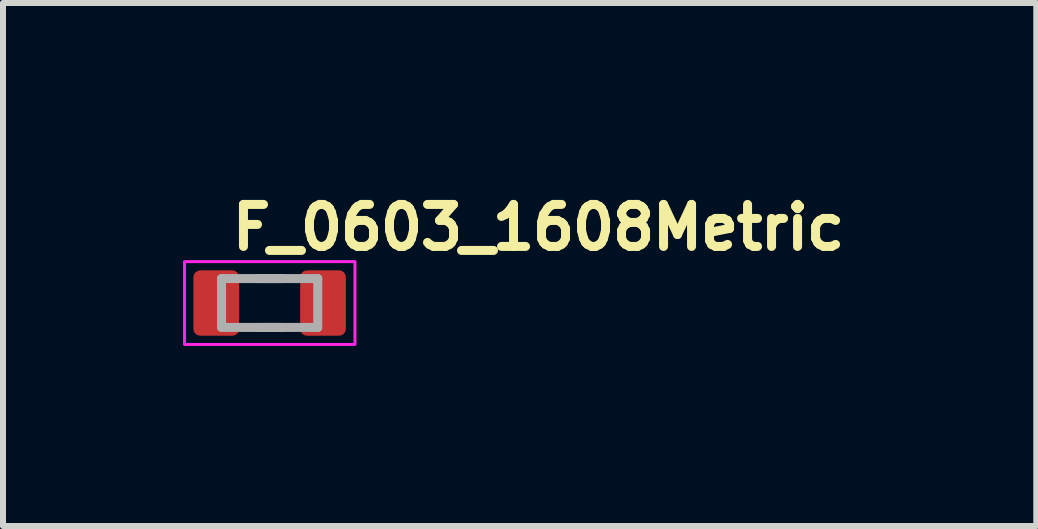
<source format=kicad_pcb>
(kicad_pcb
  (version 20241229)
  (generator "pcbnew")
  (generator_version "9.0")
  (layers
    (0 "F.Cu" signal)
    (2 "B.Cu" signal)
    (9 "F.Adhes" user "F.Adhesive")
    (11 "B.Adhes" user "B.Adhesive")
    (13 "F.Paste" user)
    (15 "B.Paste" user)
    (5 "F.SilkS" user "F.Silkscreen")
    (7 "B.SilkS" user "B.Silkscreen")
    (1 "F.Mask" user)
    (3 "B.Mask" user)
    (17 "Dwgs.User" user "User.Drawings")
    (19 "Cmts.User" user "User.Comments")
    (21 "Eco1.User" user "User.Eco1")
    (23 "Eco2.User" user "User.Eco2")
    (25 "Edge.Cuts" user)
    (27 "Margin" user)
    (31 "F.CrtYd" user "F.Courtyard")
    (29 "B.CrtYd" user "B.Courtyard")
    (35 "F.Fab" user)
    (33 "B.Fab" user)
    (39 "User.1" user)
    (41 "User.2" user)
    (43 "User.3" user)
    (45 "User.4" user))
  (footprint "F_0603_1608Metric"
    (layer "F.Cu")
    (at 1.445 2)
    (property "Reference" "F_0603_1608Metric" (at -0.703 -0.85 180) (layer "F.SilkS") (effects (font (size 0.7 0.7) (thickness 0.15)) (justify left bottom)))
    (attr smd)
    (fp_line (start 0.193 -0.408) (end -0.196 -0.408) (stroke (width 0.15) (type solid)) (layer "F.SilkS"))
    (fp_line (start 0.193 0.406) (end -0.196 0.406) (stroke (width 0.15) (type solid)) (layer "F.SilkS"))
    (fp_rect (start 1.42 0.69) (end -1.42 -0.69) (stroke (width 0.05) (type solid)) (fill no) (layer "F.CrtYd"))
    (fp_line (start -0.803 -0.408) (end -0.803 0.406) (stroke (width 0.15) (type solid)) (layer "F.Fab"))
    (fp_line (start -0.803 -0.408) (end 0.8 -0.408) (stroke (width 0.15) (type solid)) (layer "F.Fab"))
    (fp_line (start -0.803 0.406) (end 0.8 0.406) (stroke (width 0.15) (type solid)) (layer "F.Fab"))
    (fp_line (start 0.8 0.406) (end 0.8 -0.408) (stroke (width 0.15) (type solid)) (layer "F.Fab"))
    (fp_rect (start 0.8 0.4) (end -0.802 -0.402) (stroke (width 0.1) (type solid)) (fill no) (layer "User.5"))
    (fp_line (start -0.802 -0.392) (end -0.802 -0.392) (stroke (width 0.02) (type solid)) (layer "User.9"))
    (fp_line (start -0.802 -0.392) (end -0.802 0.39) (stroke (width 0.02) (type solid)) (layer "User.9"))
    (fp_line (start -0.802 -0.392) (end -0.801 -0.392) (stroke (width 0.02) (type solid)) (layer "User.9"))
    (fp_line (start -0.802 0.39) (end -0.802 0.39) (stroke (width 0.02) (type solid)) (layer "User.9"))
    (fp_line (start -0.802 0.39) (end -0.801 0.389) (stroke (width 0.02) (type solid)) (layer "User.9"))
    (fp_line (start -0.801 -0.396) (end -0.8 -0.396) (stroke (width 0.02) (type solid)) (layer "User.9"))
    (fp_line (start -0.801 -0.395) (end -0.801 -0.396) (stroke (width 0.02) (type solid)) (layer "User.9"))
    (fp_line (start -0.801 -0.395) (end -0.801 -0.395) (stroke (width 0.02) (type solid)) (layer "User.9"))
    (fp_line (start -0.801 -0.394) (end -0.801 -0.395) (stroke (width 0.02) (type solid)) (layer "User.9"))
    (fp_line (start -0.801 -0.394) (end -0.801 -0.394) (stroke (width 0.02) (type solid)) (layer "User.9"))
    (fp_line (start -0.801 -0.394) (end -0.801 -0.394) (stroke (width 0.02) (type solid)) (layer "User.9"))
    (fp_line (start -0.801 -0.393) (end -0.801 -0.394) (stroke (width 0.02) (type solid)) (layer "User.9"))
    (fp_line (start -0.801 -0.393) (end -0.801 -0.393) (stroke (width 0.02) (type solid)) (layer "User.9"))
    (fp_line (start -0.801 -0.392) (end -0.801 -0.393) (stroke (width 0.02) (type solid)) (layer "User.9"))
    (fp_line (start -0.801 -0.391) (end -0.802 -0.392) (stroke (width 0.02) (type solid)) (layer "User.9"))
    (fp_line (start -0.801 -0.39) (end -0.801 -0.391) (stroke (width 0.02) (type solid)) (layer "User.9"))
    (fp_line (start -0.801 -0.39) (end -0.801 -0.39) (stroke (width 0.02) (type solid)) (layer "User.9"))
    (fp_line (start -0.801 -0.389) (end -0.801 -0.39) (stroke (width 0.02) (type solid)) (layer "User.9"))
    (fp_line (start -0.801 -0.389) (end -0.801 -0.389) (stroke (width 0.02) (type solid)) (layer "User.9"))
    (fp_line (start -0.801 -0.389) (end -0.801 -0.389) (stroke (width 0.02) (type solid)) (layer "User.9"))
    (fp_line (start -0.801 -0.388) (end -0.801 -0.389) (stroke (width 0.02) (type solid)) (layer "User.9"))
    (fp_line (start -0.801 -0.388) (end -0.801 -0.388) (stroke (width 0.02) (type solid)) (layer "User.9"))
    (fp_line (start -0.801 -0.387) (end -0.801 -0.388) (stroke (width 0.02) (type solid)) (layer "User.9"))
    (fp_line (start -0.801 0.385) (end -0.8 0.385) (stroke (width 0.02) (type solid)) (layer "User.9"))
    (fp_line (start -0.801 0.386) (end -0.801 0.385) (stroke (width 0.02) (type solid)) (layer "User.9"))
    (fp_line (start -0.801 0.386) (end -0.801 0.386) (stroke (width 0.02) (type solid)) (layer "User.9"))
    (fp_line (start -0.801 0.387) (end -0.801 0.386) (stroke (width 0.02) (type solid)) (layer "User.9"))
    (fp_line (start -0.801 0.387) (end -0.801 0.387) (stroke (width 0.02) (type solid)) (layer "User.9"))
    (fp_line (start -0.801 0.387) (end -0.801 0.387) (stroke (width 0.02) (type solid)) (layer "User.9"))
    (fp_line (start -0.801 0.388) (end -0.801 0.387) (stroke (width 0.02) (type solid)) (layer "User.9"))
    (fp_line (start -0.801 0.388) (end -0.801 0.388) (stroke (width 0.02) (type solid)) (layer "User.9"))
    (fp_line (start -0.801 0.389) (end -0.801 0.388) (stroke (width 0.02) (type solid)) (layer "User.9"))
    (fp_line (start -0.801 0.39) (end -0.802 0.39) (stroke (width 0.02) (type solid)) (layer "User.9"))
    (fp_line (start -0.801 0.391) (end -0.801 0.39) (stroke (width 0.02) (type solid)) (layer "User.9"))
    (fp_line (start -0.801 0.391) (end -0.801 0.391) (stroke (width 0.02) (type solid)) (layer "User.9"))
    (fp_line (start -0.801 0.392) (end -0.801 0.391) (stroke (width 0.02) (type solid)) (layer "User.9"))
    (fp_line (start -0.801 0.392) (end -0.801 0.392) (stroke (width 0.02) (type solid)) (layer "User.9"))
    (fp_line (start -0.801 0.392) (end -0.801 0.392) (stroke (width 0.02) (type solid)) (layer "User.9"))
    (fp_line (start -0.801 0.393) (end -0.801 0.392) (stroke (width 0.02) (type solid)) (layer "User.9"))
    (fp_line (start -0.801 0.393) (end -0.801 0.393) (stroke (width 0.02) (type solid)) (layer "User.9"))
    (fp_line (start -0.801 0.394) (end -0.801 0.393) (stroke (width 0.02) (type solid)) (layer "User.9"))
    (fp_line (start -0.8 -0.397) (end -0.8 -0.397) (stroke (width 0.02) (type solid)) (layer "User.9"))
    (fp_line (start -0.8 -0.397) (end -0.8 -0.397) (stroke (width 0.02) (type solid)) (layer "User.9"))
    (fp_line (start -0.8 -0.397) (end -0.799 -0.398) (stroke (width 0.02) (type solid)) (layer "User.9"))
    (fp_line (start -0.8 -0.396) (end -0.8 -0.397) (stroke (width 0.02) (type solid)) (layer "User.9"))
    (fp_line (start -0.8 -0.387) (end -0.801 -0.387) (stroke (width 0.02) (type solid)) (layer "User.9"))
    (fp_line (start -0.8 -0.386) (end -0.8 -0.387) (stroke (width 0.02) (type solid)) (layer "User.9"))
    (fp_line (start -0.8 -0.386) (end -0.8 -0.386) (stroke (width 0.02) (type solid)) (layer "User.9"))
    (fp_line (start -0.8 -0.386) (end -0.8 -0.386) (stroke (width 0.02) (type solid)) (layer "User.9"))
    (fp_line (start -0.8 0.384) (end -0.8 0.384) (stroke (width 0.02) (type solid)) (layer "User.9"))
    (fp_line (start -0.8 0.384) (end -0.8 0.384) (stroke (width 0.02) (type solid)) (layer "User.9"))
    (fp_line (start -0.8 0.384) (end -0.799 0.382) (stroke (width 0.02) (type solid)) (layer "User.9"))
    (fp_line (start -0.8 0.385) (end -0.8 0.384) (stroke (width 0.02) (type solid)) (layer "User.9"))
    (fp_line (start -0.8 0.394) (end -0.801 0.394) (stroke (width 0.02) (type solid)) (layer "User.9"))
    (fp_line (start -0.8 0.395) (end -0.8 0.394) (stroke (width 0.02) (type solid)) (layer "User.9"))
    (fp_line (start -0.8 0.395) (end -0.8 0.395) (stroke (width 0.02) (type solid)) (layer "User.9"))
    (fp_line (start -0.8 0.395) (end -0.8 0.395) (stroke (width 0.02) (type solid)) (layer "User.9"))
    (fp_line (start -0.799 -0.399) (end -0.798 -0.399) (stroke (width 0.02) (type solid)) (layer "User.9"))
    (fp_line (start -0.799 -0.398) (end -0.799 -0.399) (stroke (width 0.02) (type solid)) (layer "User.9"))
    (fp_line (start -0.799 -0.398) (end -0.799 -0.398) (stroke (width 0.02) (type solid)) (layer "User.9"))
    (fp_line (start -0.799 -0.384) (end -0.8 -0.386) (stroke (width 0.02) (type solid)) (layer "User.9"))
    (fp_line (start -0.799 -0.384) (end -0.799 -0.384) (stroke (width 0.02) (type solid)) (layer "User.9"))
    (fp_line (start -0.799 -0.383) (end -0.799 -0.384) (stroke (width 0.02) (type solid)) (layer "User.9"))
    (fp_line (start -0.799 0.381) (end -0.798 0.381) (stroke (width 0.02) (type solid)) (layer "User.9"))
    (fp_line (start -0.799 0.382) (end -0.799 0.381) (stroke (width 0.02) (type solid)) (layer "User.9"))
    (fp_line (start -0.799 0.382) (end -0.799 0.382) (stroke (width 0.02) (type solid)) (layer "User.9"))
    (fp_line (start -0.799 0.396) (end -0.8 0.395) (stroke (width 0.02) (type solid)) (layer "User.9"))
    (fp_line (start -0.799 0.396) (end -0.799 0.396) (stroke (width 0.02) (type solid)) (layer "User.9"))
    (fp_line (start -0.799 0.397) (end -0.799 0.396) (stroke (width 0.02) (type solid)) (layer "User.9"))
    (fp_line (start -0.798 -0.399) (end -0.798 -0.399) (stroke (width 0.02) (type solid)) (layer "User.9"))
    (fp_line (start -0.798 -0.399) (end -0.797 -0.4) (stroke (width 0.02) (type solid)) (layer "User.9"))
    (fp_line (start -0.798 -0.383) (end -0.799 -0.383) (stroke (width 0.02) (type solid)) (layer "User.9"))
    (fp_line (start -0.798 -0.383) (end -0.798 -0.383) (stroke (width 0.02) (type solid)) (layer "User.9"))
    (fp_line (start -0.798 0.381) (end -0.798 0.381) (stroke (width 0.02) (type solid)) (layer "User.9"))
    (fp_line (start -0.798 0.381) (end -0.797 0.38) (stroke (width 0.02) (type solid)) (layer "User.9"))
    (fp_line (start -0.798 0.397) (end -0.799 0.397) (stroke (width 0.02) (type solid)) (layer "User.9"))
    (fp_line (start -0.798 0.397) (end -0.798 0.397) (stroke (width 0.02) (type solid)) (layer "User.9"))
    (fp_line (start -0.797 -0.4) (end -0.797 -0.4) (stroke (width 0.02) (type solid)) (layer "User.9"))
    (fp_line (start -0.797 -0.4) (end -0.797 -0.4) (stroke (width 0.02) (type solid)) (layer "User.9"))
    (fp_line (start -0.797 -0.4) (end -0.796 -0.4) (stroke (width 0.02) (type solid)) (layer "User.9"))
    (fp_line (start -0.797 -0.382) (end -0.798 -0.383) (stroke (width 0.02) (type solid)) (layer "User.9"))
    (fp_line (start -0.797 -0.382) (end -0.797 -0.382) (stroke (width 0.02) (type solid)) (layer "User.9"))
    (fp_line (start -0.797 -0.382) (end -0.797 -0.382) (stroke (width 0.02) (type solid)) (layer "User.9"))
    (fp_line (start -0.797 0.38) (end -0.797 0.38) (stroke (width 0.02) (type solid)) (layer "User.9"))
    (fp_line (start -0.797 0.38) (end -0.797 0.38) (stroke (width 0.02) (type solid)) (layer "User.9"))
    (fp_line (start -0.797 0.38) (end -0.796 0.38) (stroke (width 0.02) (type solid)) (layer "User.9"))
    (fp_line (start -0.797 0.398) (end -0.798 0.397) (stroke (width 0.02) (type solid)) (layer "User.9"))
    (fp_line (start -0.797 0.398) (end -0.797 0.398) (stroke (width 0.02) (type solid)) (layer "User.9"))
    (fp_line (start -0.797 0.398) (end -0.797 0.398) (stroke (width 0.02) (type solid)) (layer "User.9"))
    (fp_line (start -0.796 -0.401) (end -0.795 -0.401) (stroke (width 0.02) (type solid)) (layer "User.9"))
    (fp_line (start -0.796 -0.4) (end -0.796 -0.401) (stroke (width 0.02) (type solid)) (layer "User.9"))
    (fp_line (start -0.796 -0.382) (end -0.797 -0.382) (stroke (width 0.02) (type solid)) (layer "User.9"))
    (fp_line (start -0.796 -0.381) (end -0.796 -0.382) (stroke (width 0.02) (type solid)) (layer "User.9"))
    (fp_line (start -0.796 0.379) (end -0.795 0.379) (stroke (width 0.02) (type solid)) (layer "User.9"))
    (fp_line (start -0.796 0.38) (end -0.796 0.379) (stroke (width 0.02) (type solid)) (layer "User.9"))
    (fp_line (start -0.796 0.398) (end -0.797 0.398) (stroke (width 0.02) (type solid)) (layer "User.9"))
    (fp_line (start -0.796 0.399) (end -0.796 0.398) (stroke (width 0.02) (type solid)) (layer "User.9"))
    (fp_line (start -0.795 -0.401) (end -0.795 -0.401) (stroke (width 0.02) (type solid)) (layer "User.9"))
    (fp_line (start -0.795 -0.401) (end -0.794 -0.401) (stroke (width 0.02) (type solid)) (layer "User.9"))
    (fp_line (start -0.795 -0.381) (end -0.796 -0.381) (stroke (width 0.02) (type solid)) (layer "User.9"))
    (fp_line (start -0.795 -0.381) (end -0.795 -0.381) (stroke (width 0.02) (type solid)) (layer "User.9"))
    (fp_line (start -0.795 0.379) (end -0.795 0.379) (stroke (width 0.02) (type solid)) (layer "User.9"))
    (fp_line (start -0.795 0.379) (end -0.794 0.379) (stroke (width 0.02) (type solid)) (layer "User.9"))
    (fp_line (start -0.795 0.399) (end -0.796 0.399) (stroke (width 0.02) (type solid)) (layer "User.9"))
    (fp_line (start -0.795 0.399) (end -0.795 0.399) (stroke (width 0.02) (type solid)) (layer "User.9"))
    (fp_line (start -0.794 -0.401) (end -0.794 -0.401) (stroke (width 0.02) (type solid)) (layer "User.9"))
    (fp_line (start -0.794 -0.401) (end -0.794 -0.401) (stroke (width 0.02) (type solid)) (layer "User.9"))
    (fp_line (start -0.794 -0.401) (end -0.793 -0.401) (stroke (width 0.02) (type solid)) (layer "User.9"))
    (fp_line (start -0.794 -0.381) (end -0.795 -0.381) (stroke (width 0.02) (type solid)) (layer "User.9"))
    (fp_line (start -0.794 -0.381) (end -0.794 -0.381) (stroke (width 0.02) (type solid)) (layer "User.9"))
    (fp_line (start -0.794 -0.381) (end -0.794 -0.381) (stroke (width 0.02) (type solid)) (layer "User.9"))
    (fp_line (start -0.794 0.379) (end -0.794 0.379) (stroke (width 0.02) (type solid)) (layer "User.9"))
    (fp_line (start -0.794 0.379) (end -0.794 0.379) (stroke (width 0.02) (type solid)) (layer "User.9"))
    (fp_line (start -0.794 0.379) (end -0.793 0.379) (stroke (width 0.02) (type solid)) (layer "User.9"))
    (fp_line (start -0.794 0.399) (end -0.795 0.399) (stroke (width 0.02) (type solid)) (layer "User.9"))
    (fp_line (start -0.794 0.399) (end -0.794 0.399) (stroke (width 0.02) (type solid)) (layer "User.9"))
    (fp_line (start -0.794 0.399) (end -0.794 0.399) (stroke (width 0.02) (type solid)) (layer "User.9"))
    (fp_line (start -0.793 -0.401) (end -0.793 -0.401) (stroke (width 0.02) (type solid)) (layer "User.9"))
    (fp_line (start -0.793 -0.401) (end -0.792 -0.401) (stroke (width 0.02) (type solid)) (layer "User.9"))
    (fp_line (start -0.793 -0.381) (end -0.794 -0.381) (stroke (width 0.02) (type solid)) (layer "User.9"))
    (fp_line (start -0.793 -0.381) (end -0.793 -0.381) (stroke (width 0.02) (type solid)) (layer "User.9"))
    (fp_line (start -0.793 0.379) (end -0.793 0.379) (stroke (width 0.02) (type solid)) (layer "User.9"))
    (fp_line (start -0.793 0.379) (end -0.792 0.379) (stroke (width 0.02) (type solid)) (layer "User.9"))
    (fp_line (start -0.793 0.399) (end -0.794 0.399) (stroke (width 0.02) (type solid)) (layer "User.9"))
    (fp_line (start -0.793 0.399) (end -0.793 0.399) (stroke (width 0.02) (type solid)) (layer "User.9"))
    (fp_line (start -0.792 -0.402) (end -0.792 -0.402) (stroke (width 0.02) (type solid)) (layer "User.9"))
    (fp_line (start -0.792 -0.402) (end -0.791 -0.401) (stroke (width 0.02) (type solid)) (layer "User.9"))
    (fp_line (start -0.792 -0.402) (end -0.772 -0.402) (stroke (width 0.02) (type solid)) (layer "User.9"))
    (fp_line (start -0.792 -0.401) (end -0.792 -0.402) (stroke (width 0.02) (type solid)) (layer "User.9"))
    (fp_line (start -0.792 -0.381) (end -0.793 -0.381) (stroke (width 0.02) (type solid)) (layer "User.9"))
    (fp_line (start -0.792 -0.38) (end -0.792 -0.381) (stroke (width 0.02) (type solid)) (layer "User.9"))
    (fp_line (start -0.792 -0.38) (end -0.792 -0.38) (stroke (width 0.02) (type solid)) (layer "User.9"))
    (fp_line (start -0.792 0.378) (end -0.792 0.378) (stroke (width 0.02) (type solid)) (layer "User.9"))
    (fp_line (start -0.792 0.378) (end -0.791 0.379) (stroke (width 0.02) (type solid)) (layer "User.9"))
    (fp_line (start -0.792 0.379) (end -0.792 0.378) (stroke (width 0.02) (type solid)) (layer "User.9"))
    (fp_line (start -0.792 0.399) (end -0.793 0.399) (stroke (width 0.02) (type solid)) (layer "User.9"))
    (fp_line (start -0.792 0.4) (end -0.792 0.399) (stroke (width 0.02) (type solid)) (layer "User.9"))
    (fp_line (start -0.792 0.4) (end -0.792 0.4) (stroke (width 0.02) (type solid)) (layer "User.9"))
    (fp_line (start -0.792 0.4) (end -0.772 0.4) (stroke (width 0.02) (type solid)) (layer "User.9"))
    (fp_line (start -0.791 -0.401) (end -0.79 -0.401) (stroke (width 0.02) (type solid)) (layer "User.9"))
    (fp_line (start -0.791 -0.381) (end -0.792 -0.38) (stroke (width 0.02) (type solid)) (layer "User.9"))
    (fp_line (start -0.791 0.379) (end -0.79 0.379) (stroke (width 0.02) (type solid)) (layer "User.9"))
    (fp_line (start -0.791 0.399) (end -0.792 0.4) (stroke (width 0.02) (type solid)) (layer "User.9"))
    (fp_line (start -0.79 -0.401) (end -0.79 -0.401) (stroke (width 0.02) (type solid)) (layer "User.9"))
    (fp_line (start -0.79 -0.401) (end -0.789 -0.401) (stroke (width 0.02) (type solid)) (layer "User.9"))
    (fp_line (start -0.79 -0.381) (end -0.791 -0.381) (stroke (width 0.02) (type solid)) (layer "User.9"))
    (fp_line (start -0.79 -0.381) (end -0.79 -0.381) (stroke (width 0.02) (type solid)) (layer "User.9"))
    (fp_line (start -0.79 0.379) (end -0.79 0.379) (stroke (width 0.02) (type solid)) (layer "User.9"))
    (fp_line (start -0.79 0.379) (end -0.789 0.379) (stroke (width 0.02) (type solid)) (layer "User.9"))
    (fp_line (start -0.79 0.399) (end -0.791 0.399) (stroke (width 0.02) (type solid)) (layer "User.9"))
    (fp_line (start -0.79 0.399) (end -0.79 0.399) (stroke (width 0.02) (type solid)) (layer "User.9"))
    (fp_line (start -0.789 -0.401) (end -0.789 -0.401) (stroke (width 0.02) (type solid)) (layer "User.9"))
    (fp_line (start -0.789 -0.401) (end -0.789 -0.401) (stroke (width 0.02) (type solid)) (layer "User.9"))
    (fp_line (start -0.789 -0.401) (end -0.788 -0.401) (stroke (width 0.02) (type solid)) (layer "User.9"))
    (fp_line (start -0.789 -0.381) (end -0.79 -0.381) (stroke (width 0.02) (type solid)) (layer "User.9"))
    (fp_line (start -0.789 -0.381) (end -0.789 -0.381) (stroke (width 0.02) (type solid)) (layer "User.9"))
    (fp_line (start -0.789 -0.381) (end -0.789 -0.381) (stroke (width 0.02) (type solid)) (layer "User.9"))
    (fp_line (start -0.789 0.379) (end -0.789 0.379) (stroke (width 0.02) (type solid)) (layer "User.9"))
    (fp_line (start -0.789 0.379) (end -0.789 0.379) (stroke (width 0.02) (type solid)) (layer "User.9"))
    (fp_line (start -0.789 0.379) (end -0.788 0.379) (stroke (width 0.02) (type solid)) (layer "User.9"))
    (fp_line (start -0.789 0.399) (end -0.79 0.399) (stroke (width 0.02) (type solid)) (layer "User.9"))
    (fp_line (start -0.789 0.399) (end -0.789 0.399) (stroke (width 0.02) (type solid)) (layer "User.9"))
    (fp_line (start -0.789 0.399) (end -0.789 0.399) (stroke (width 0.02) (type solid)) (layer "User.9"))
    (fp_line (start -0.788 -0.401) (end -0.788 -0.401) (stroke (width 0.02) (type solid)) (layer "User.9"))
    (fp_line (start -0.788 -0.401) (end -0.787 -0.401) (stroke (width 0.02) (type solid)) (layer "User.9"))
    (fp_line (start -0.788 -0.381) (end -0.789 -0.381) (stroke (width 0.02) (type solid)) (layer "User.9"))
    (fp_line (start -0.788 -0.381) (end -0.788 -0.381) (stroke (width 0.02) (type solid)) (layer "User.9"))
    (fp_line (start -0.788 0.379) (end -0.788 0.379) (stroke (width 0.02) (type solid)) (layer "User.9"))
    (fp_line (start -0.788 0.379) (end -0.787 0.379) (stroke (width 0.02) (type solid)) (layer "User.9"))
    (fp_line (start -0.788 0.399) (end -0.789 0.399) (stroke (width 0.02) (type solid)) (layer "User.9"))
    (fp_line (start -0.788 0.399) (end -0.788 0.399) (stroke (width 0.02) (type solid)) (layer "User.9"))
    (fp_line (start -0.787 -0.401) (end -0.787 -0.4) (stroke (width 0.02) (type solid)) (layer "User.9"))
    (fp_line (start -0.787 -0.4) (end -0.786 -0.4) (stroke (width 0.02) (type solid)) (layer "User.9"))
    (fp_line (start -0.787 -0.382) (end -0.787 -0.381) (stroke (width 0.02) (type solid)) (layer "User.9"))
    (fp_line (start -0.787 -0.381) (end -0.788 -0.381) (stroke (width 0.02) (type solid)) (layer "User.9"))
    (fp_line (start -0.787 0.379) (end -0.787 0.38) (stroke (width 0.02) (type solid)) (layer "User.9"))
    (fp_line (start -0.787 0.38) (end -0.786 0.38) (stroke (width 0.02) (type solid)) (layer "User.9"))
    (fp_line (start -0.787 0.398) (end -0.787 0.399) (stroke (width 0.02) (type solid)) (layer "User.9"))
    (fp_line (start -0.787 0.399) (end -0.788 0.399) (stroke (width 0.02) (type solid)) (layer "User.9"))
    (fp_line (start -0.786 -0.4) (end -0.786 -0.4) (stroke (width 0.02) (type solid)) (layer "User.9"))
    (fp_line (start -0.786 -0.4) (end -0.786 -0.4) (stroke (width 0.02) (type solid)) (layer "User.9"))
    (fp_line (start -0.786 -0.4) (end -0.785 -0.399) (stroke (width 0.02) (type solid)) (layer "User.9"))
    (fp_line (start -0.786 -0.382) (end -0.787 -0.382) (stroke (width 0.02) (type solid)) (layer "User.9"))
    (fp_line (start -0.786 -0.382) (end -0.786 -0.382) (stroke (width 0.02) (type solid)) (layer "User.9"))
    (fp_line (start -0.786 -0.382) (end -0.786 -0.382) (stroke (width 0.02) (type solid)) (layer "User.9"))
    (fp_line (start -0.786 0.38) (end -0.786 0.38) (stroke (width 0.02) (type solid)) (layer "User.9"))
    (fp_line (start -0.786 0.38) (end -0.786 0.38) (stroke (width 0.02) (type solid)) (layer "User.9"))
    (fp_line (start -0.786 0.38) (end -0.785 0.381) (stroke (width 0.02) (type solid)) (layer "User.9"))
    (fp_line (start -0.786 0.398) (end -0.787 0.398) (stroke (width 0.02) (type solid)) (layer "User.9"))
    (fp_line (start -0.786 0.398) (end -0.786 0.398) (stroke (width 0.02) (type solid)) (layer "User.9"))
    (fp_line (start -0.786 0.398) (end -0.786 0.398) (stroke (width 0.02) (type solid)) (layer "User.9"))
    (fp_line (start -0.785 -0.399) (end -0.785 -0.399) (stroke (width 0.02) (type solid)) (layer "User.9"))
    (fp_line (start -0.785 -0.399) (end -0.784 -0.399) (stroke (width 0.02) (type solid)) (layer "User.9"))
    (fp_line (start -0.785 -0.383) (end -0.786 -0.382) (stroke (width 0.02) (type solid)) (layer "User.9"))
    (fp_line (start -0.785 -0.383) (end -0.785 -0.383) (stroke (width 0.02) (type solid)) (layer "User.9"))
    (fp_line (start -0.785 0.381) (end -0.785 0.381) (stroke (width 0.02) (type solid)) (layer "User.9"))
    (fp_line (start -0.785 0.381) (end -0.784 0.381) (stroke (width 0.02) (type solid)) (layer "User.9"))
    (fp_line (start -0.785 0.397) (end -0.786 0.398) (stroke (width 0.02) (type solid)) (layer "User.9"))
    (fp_line (start -0.785 0.397) (end -0.785 0.397) (stroke (width 0.02) (type solid)) (layer "User.9"))
    (fp_line (start -0.784 -0.399) (end -0.784 -0.398) (stroke (width 0.02) (type solid)) (layer "User.9"))
    (fp_line (start -0.784 -0.398) (end -0.784 -0.398) (stroke (width 0.02) (type solid)) (layer "User.9"))
    (fp_line (start -0.784 -0.398) (end -0.783 -0.397) (stroke (width 0.02) (type solid)) (layer "User.9"))
    (fp_line (start -0.784 -0.384) (end -0.784 -0.384) (stroke (width 0.02) (type solid)) (layer "User.9"))
    (fp_line (start -0.784 -0.384) (end -0.784 -0.383) (stroke (width 0.02) (type solid)) (layer "User.9"))
    (fp_line (start -0.784 -0.383) (end -0.785 -0.383) (stroke (width 0.02) (type solid)) (layer "User.9"))
    (fp_line (start -0.784 0.381) (end -0.784 0.382) (stroke (width 0.02) (type solid)) (layer "User.9"))
    (fp_line (start -0.784 0.382) (end -0.784 0.382) (stroke (width 0.02) (type solid)) (layer "User.9"))
    (fp_line (start -0.784 0.382) (end -0.783 0.384) (stroke (width 0.02) (type solid)) (layer "User.9"))
    (fp_line (start -0.784 0.396) (end -0.784 0.396) (stroke (width 0.02) (type solid)) (layer "User.9"))
    (fp_line (start -0.784 0.396) (end -0.784 0.397) (stroke (width 0.02) (type solid)) (layer "User.9"))
    (fp_line (start -0.784 0.397) (end -0.785 0.397) (stroke (width 0.02) (type solid)) (layer "User.9"))
    (fp_line (start -0.783 -0.397) (end -0.783 -0.397) (stroke (width 0.02) (type solid)) (layer "User.9"))
    (fp_line (start -0.783 -0.397) (end -0.783 -0.397) (stroke (width 0.02) (type solid)) (layer "User.9"))
    (fp_line (start -0.783 -0.397) (end -0.783 -0.396) (stroke (width 0.02) (type solid)) (layer "User.9"))
    (fp_line (start -0.783 -0.396) (end -0.782 -0.396) (stroke (width 0.02) (type solid)) (layer "User.9"))
    (fp_line (start -0.783 -0.387) (end -0.783 -0.386) (stroke (width 0.02) (type solid)) (layer "User.9"))
    (fp_line (start -0.783 -0.386) (end -0.784 -0.384) (stroke (width 0.02) (type solid)) (layer "User.9"))
    (fp_line (start -0.783 -0.386) (end -0.783 -0.386) (stroke (width 0.02) (type solid)) (layer "User.9"))
    (fp_line (start -0.783 -0.386) (end -0.783 -0.386) (stroke (width 0.02) (type solid)) (layer "User.9"))
    (fp_line (start -0.783 0.384) (end -0.783 0.384) (stroke (width 0.02) (type solid)) (layer "User.9"))
    (fp_line (start -0.783 0.384) (end -0.783 0.384) (stroke (width 0.02) (type solid)) (layer "User.9"))
    (fp_line (start -0.783 0.384) (end -0.783 0.385) (stroke (width 0.02) (type solid)) (layer "User.9"))
    (fp_line (start -0.783 0.385) (end -0.782 0.385) (stroke (width 0.02) (type solid)) (layer "User.9"))
    (fp_line (start -0.783 0.394) (end -0.783 0.395) (stroke (width 0.02) (type solid)) (layer "User.9"))
    (fp_line (start -0.783 0.395) (end -0.784 0.396) (stroke (width 0.02) (type solid)) (layer "User.9"))
    (fp_line (start -0.783 0.395) (end -0.783 0.395) (stroke (width 0.02) (type solid)) (layer "User.9"))
    (fp_line (start -0.783 0.395) (end -0.783 0.395) (stroke (width 0.02) (type solid)) (layer "User.9"))
    (fp_line (start -0.782 -0.396) (end -0.782 -0.395) (stroke (width 0.02) (type solid)) (layer "User.9"))
    (fp_line (start -0.782 -0.395) (end -0.782 -0.395) (stroke (width 0.02) (type solid)) (layer "User.9"))
    (fp_line (start -0.782 -0.395) (end -0.782 -0.394) (stroke (width 0.02) (type solid)) (layer "User.9"))
    (fp_line (start -0.782 -0.394) (end -0.782 -0.394) (stroke (width 0.02) (type solid)) (layer "User.9"))
    (fp_line (start -0.782 -0.394) (end -0.782 -0.394) (stroke (width 0.02) (type solid)) (layer "User.9"))
    (fp_line (start -0.782 -0.394) (end -0.782 -0.393) (stroke (width 0.02) (type solid)) (layer "User.9"))
    (fp_line (start -0.782 -0.393) (end -0.782 -0.393) (stroke (width 0.02) (type solid)) (layer "User.9"))
    (fp_line (start -0.782 -0.393) (end -0.782 -0.392) (stroke (width 0.02) (type solid)) (layer "User.9"))
    (fp_line (start -0.782 -0.392) (end -0.782 -0.392) (stroke (width 0.02) (type solid)) (layer "User.9"))
    (fp_line (start -0.782 -0.392) (end -0.782 -0.392) (stroke (width 0.02) (type solid)) (layer "User.9"))
    (fp_line (start -0.782 -0.392) (end -0.782 -0.392) (stroke (width 0.02) (type solid)) (layer "User.9"))
    (fp_line (start -0.782 -0.392) (end -0.782 -0.391) (stroke (width 0.02) (type solid)) (layer "User.9"))
    (fp_line (start -0.782 -0.391) (end -0.782 -0.39) (stroke (width 0.02) (type solid)) (layer "User.9"))
    (fp_line (start -0.782 -0.39) (end -0.782 -0.39) (stroke (width 0.02) (type solid)) (layer "User.9"))
    (fp_line (start -0.782 -0.39) (end -0.782 -0.389) (stroke (width 0.02) (type solid)) (layer "User.9"))
    (fp_line (start -0.782 -0.389) (end -0.782 -0.389) (stroke (width 0.02) (type solid)) (layer "User.9"))
    (fp_line (start -0.782 -0.389) (end -0.782 -0.389) (stroke (width 0.02) (type solid)) (layer "User.9"))
    (fp_line (start -0.782 -0.389) (end -0.782 -0.388) (stroke (width 0.02) (type solid)) (layer "User.9"))
    (fp_line (start -0.782 -0.388) (end -0.782 -0.388) (stroke (width 0.02) (type solid)) (layer "User.9"))
    (fp_line (start -0.782 -0.388) (end -0.782 -0.387) (stroke (width 0.02) (type solid)) (layer "User.9"))
    (fp_line (start -0.782 -0.387) (end -0.783 -0.387) (stroke (width 0.02) (type solid)) (layer "User.9"))
    (fp_line (start -0.782 0.385) (end -0.782 0.386) (stroke (width 0.02) (type solid)) (layer "User.9"))
    (fp_line (start -0.782 0.386) (end -0.782 0.386) (stroke (width 0.02) (type solid)) (layer "User.9"))
    (fp_line (start -0.782 0.386) (end -0.782 0.387) (stroke (width 0.02) (type solid)) (layer "User.9"))
    (fp_line (start -0.782 0.387) (end -0.782 0.387) (stroke (width 0.02) (type solid)) (layer "User.9"))
    (fp_line (start -0.782 0.387) (end -0.782 0.387) (stroke (width 0.02) (type solid)) (layer "User.9"))
    (fp_line (start -0.782 0.387) (end -0.782 0.388) (stroke (width 0.02) (type solid)) (layer "User.9"))
    (fp_line (start -0.782 0.388) (end -0.782 0.388) (stroke (width 0.02) (type solid)) (layer "User.9"))
    (fp_line (start -0.782 0.388) (end -0.782 0.389) (stroke (width 0.02) (type solid)) (layer "User.9"))
    (fp_line (start -0.782 0.389) (end -0.782 0.39) (stroke (width 0.02) (type solid)) (layer "User.9"))
    (fp_line (start -0.782 0.39) (end -0.782 0.39) (stroke (width 0.02) (type solid)) (layer "User.9"))
    (fp_line (start -0.782 0.39) (end -0.782 0.39) (stroke (width 0.02) (type solid)) (layer "User.9"))
    (fp_line (start -0.782 0.39) (end -0.782 0.39) (stroke (width 0.02) (type solid)) (layer "User.9"))
    (fp_line (start -0.782 0.39) (end -0.782 0.391) (stroke (width 0.02) (type solid)) (layer "User.9"))
    (fp_line (start -0.782 0.391) (end -0.782 0.391) (stroke (width 0.02) (type solid)) (layer "User.9"))
    (fp_line (start -0.782 0.391) (end -0.782 0.392) (stroke (width 0.02) (type solid)) (layer "User.9"))
    (fp_line (start -0.782 0.392) (end -0.782 0.392) (stroke (width 0.02) (type solid)) (layer "User.9"))
    (fp_line (start -0.782 0.392) (end -0.782 0.392) (stroke (width 0.02) (type solid)) (layer "User.9"))
    (fp_line (start -0.782 0.392) (end -0.782 0.393) (stroke (width 0.02) (type solid)) (layer "User.9"))
    (fp_line (start -0.782 0.393) (end -0.782 0.393) (stroke (width 0.02) (type solid)) (layer "User.9"))
    (fp_line (start -0.782 0.393) (end -0.782 0.394) (stroke (width 0.02) (type solid)) (layer "User.9"))
    (fp_line (start -0.782 0.394) (end -0.783 0.394) (stroke (width 0.02) (type solid)) (layer "User.9"))
    (fp_line (start -0.777 -0.402) (end -0.792 -0.402) (stroke (width 0.02) (type solid)) (layer "User.9"))
    (fp_line (start -0.777 0.4) (end -0.792 0.4) (stroke (width 0.02) (type solid)) (layer "User.9"))
    (fp_line (start -0.772 -0.402) (end -0.792 -0.402) (stroke (width 0.02) (type solid)) (layer "User.9"))
    (fp_line (start -0.772 -0.402) (end -0.777 -0.402) (stroke (width 0.02) (type solid)) (layer "User.9"))
    (fp_line (start -0.772 -0.402) (end -0.777 -0.402) (stroke (width 0.02) (type solid)) (layer "User.9"))
    (fp_line (start -0.772 0.4) (end -0.792 0.4) (stroke (width 0.02) (type solid)) (layer "User.9"))
    (fp_line (start -0.772 0.4) (end -0.6 0.4) (stroke (width 0.02) (type solid)) (layer "User.9"))
    (fp_line (start -0.6 -0.402) (end -0.772 -0.402) (stroke (width 0.02) (type solid)) (layer "User.9"))
    (fp_line (start -0.6 -0.402) (end -0.6 0.4) (stroke (width 0.02) (type solid)) (layer "User.9"))
    (fp_line (start -0.6 0.4) (end -0.59 0.39) (stroke (width 0.02) (type solid)) (layer "User.9"))
    (fp_line (start -0.6 0.4) (end 0.598 0.4) (stroke (width 0.02) (type solid)) (layer "User.9"))
    (fp_line (start -0.59 -0.392) (end -0.6 -0.402) (stroke (width 0.02) (type solid)) (layer "User.9"))
    (fp_line (start -0.402 -0.25) (end -0.15 -0.25) (stroke (width 0.02) (type solid)) (layer "User.9"))
    (fp_line (start -0.402 0.248) (end -0.402 -0.25) (stroke (width 0.02) (type solid)) (layer "User.9"))
    (fp_line (start -0.332 -0.18) (end -0.332 -0.037) (stroke (width 0.02) (type solid)) (layer "User.9"))
    (fp_line (start -0.332 -0.037) (end -0.15 -0.037) (stroke (width 0.02) (type solid)) (layer "User.9"))
    (fp_line (start -0.332 0.248) (end -0.402 0.248) (stroke (width 0.02) (type solid)) (layer "User.9"))
    (fp_line (start -0.331 0.035) (end -0.332 0.248) (stroke (width 0.02) (type solid)) (layer "User.9"))
    (fp_line (start -0.15 -0.25) (end -0.15 -0.18) (stroke (width 0.02) (type solid)) (layer "User.9"))
    (fp_line (start -0.15 -0.18) (end -0.332 -0.18) (stroke (width 0.02) (type solid)) (layer "User.9"))
    (fp_line (start -0.15 -0.037) (end -0.15 0.035) (stroke (width 0.02) (type solid)) (layer "User.9"))
    (fp_line (start -0.15 0.035) (end -0.331 0.035) (stroke (width 0.02) (type solid)) (layer "User.9"))
    (fp_line (start 0.148 -0.037) (end 0.329 -0.037) (stroke (width 0.02) (type solid)) (layer "User.9"))
    (fp_line (start 0.148 0.035) (end 0.148 -0.037) (stroke (width 0.02) (type solid)) (layer "User.9"))
    (fp_line (start 0.148 0.178) (end 0.33 0.178) (stroke (width 0.02) (type solid)) (layer "User.9"))
    (fp_line (start 0.148 0.248) (end 0.148 0.178) (stroke (width 0.02) (type solid)) (layer "User.9"))
    (fp_line (start 0.329 -0.037) (end 0.33 -0.25) (stroke (width 0.02) (type solid)) (layer "User.9"))
    (fp_line (start 0.33 -0.25) (end 0.4 -0.25) (stroke (width 0.02) (type solid)) (layer "User.9"))
    (fp_line (start 0.33 0.035) (end 0.148 0.035) (stroke (width 0.02) (type solid)) (layer "User.9"))
    (fp_line (start 0.33 0.178) (end 0.33 0.035) (stroke (width 0.02) (type solid)) (layer "User.9"))
    (fp_line (start 0.4 -0.25) (end 0.4 0.248) (stroke (width 0.02) (type solid)) (layer "User.9"))
    (fp_line (start 0.4 0.248) (end 0.148 0.248) (stroke (width 0.02) (type solid)) (layer "User.9"))
    (fp_line (start 0.598 -0.402) (end -0.6 -0.402) (stroke (width 0.02) (type solid)) (layer "User.9"))
    (fp_line (start 0.598 -0.402) (end 0.588 -0.392) (stroke (width 0.02) (type solid)) (layer "User.9"))
    (fp_line (start 0.598 0.4) (end 0.588 0.39) (stroke (width 0.02) (type solid)) (layer "User.9"))
    (fp_line (start 0.598 0.4) (end 0.598 -0.402) (stroke (width 0.02) (type solid)) (layer "User.9"))
    (fp_line (start 0.598 0.4) (end 0.77 0.4) (stroke (width 0.02) (type solid)) (layer "User.9"))
    (fp_line (start 0.77 -0.402) (end 0.598 -0.402) (stroke (width 0.02) (type solid)) (layer "User.9"))
    (fp_line (start 0.77 -0.402) (end 0.775 -0.402) (stroke (width 0.02) (type solid)) (layer "User.9"))
    (fp_line (start 0.77 -0.402) (end 0.79 -0.402) (stroke (width 0.02) (type solid)) (layer "User.9"))
    (fp_line (start 0.77 0.4) (end 0.775 0.4) (stroke (width 0.02) (type solid)) (layer "User.9"))
    (fp_line (start 0.77 0.4) (end 0.775 0.4) (stroke (width 0.02) (type solid)) (layer "User.9"))
    (fp_line (start 0.77 0.4) (end 0.79 0.4) (stroke (width 0.02) (type solid)) (layer "User.9"))
    (fp_line (start 0.775 -0.402) (end 0.77 -0.402) (stroke (width 0.02) (type solid)) (layer "User.9"))
    (fp_line (start 0.775 -0.402) (end 0.79 -0.402) (stroke (width 0.02) (type solid)) (layer "User.9"))
    (fp_line (start 0.775 0.4) (end 0.79 0.4) (stroke (width 0.02) (type solid)) (layer "User.9"))
    (fp_line (start 0.78 -0.396) (end 0.781 -0.396) (stroke (width 0.02) (type solid)) (layer "User.9"))
    (fp_line (start 0.78 -0.395) (end 0.78 -0.396) (stroke (width 0.02) (type solid)) (layer "User.9"))
    (fp_line (start 0.78 -0.395) (end 0.78 -0.395) (stroke (width 0.02) (type solid)) (layer "User.9"))
    (fp_line (start 0.78 -0.394) (end 0.78 -0.395) (stroke (width 0.02) (type solid)) (layer "User.9"))
    (fp_line (start 0.78 -0.394) (end 0.78 -0.394) (stroke (width 0.02) (type solid)) (layer "User.9"))
    (fp_line (start 0.78 -0.394) (end 0.78 -0.394) (stroke (width 0.02) (type solid)) (layer "User.9"))
    (fp_line (start 0.78 -0.393) (end 0.78 -0.394) (stroke (width 0.02) (type solid)) (layer "User.9"))
    (fp_line (start 0.78 -0.393) (end 0.78 -0.393) (stroke (width 0.02) (type solid)) (layer "User.9"))
    (fp_line (start 0.78 -0.392) (end 0.78 -0.393) (stroke (width 0.02) (type solid)) (layer "User.9"))
    (fp_line (start 0.78 -0.392) (end 0.78 -0.392) (stroke (width 0.02) (type solid)) (layer "User.9"))
    (fp_line (start 0.78 -0.392) (end 0.78 -0.392) (stroke (width 0.02) (type solid)) (layer "User.9"))
    (fp_line (start 0.78 -0.391) (end 0.78 -0.392) (stroke (width 0.02) (type solid)) (layer "User.9"))
    (fp_line (start 0.78 -0.39) (end 0.78 -0.391) (stroke (width 0.02) (type solid)) (layer "User.9"))
    (fp_line (start 0.78 -0.39) (end 0.78 -0.39) (stroke (width 0.02) (type solid)) (layer "User.9"))
    (fp_line (start 0.78 -0.389) (end 0.78 -0.39) (stroke (width 0.02) (type solid)) (layer "User.9"))
    (fp_line (start 0.78 -0.389) (end 0.78 -0.389) (stroke (width 0.02) (type solid)) (layer "User.9"))
    (fp_line (start 0.78 -0.389) (end 0.78 -0.389) (stroke (width 0.02) (type solid)) (layer "User.9"))
    (fp_line (start 0.78 -0.388) (end 0.78 -0.389) (stroke (width 0.02) (type solid)) (layer "User.9"))
    (fp_line (start 0.78 -0.388) (end 0.78 -0.388) (stroke (width 0.02) (type solid)) (layer "User.9"))
    (fp_line (start 0.78 -0.387) (end 0.78 -0.388) (stroke (width 0.02) (type solid)) (layer "User.9"))
    (fp_line (start 0.78 0.385) (end 0.781 0.385) (stroke (width 0.02) (type solid)) (layer "User.9"))
    (fp_line (start 0.78 0.386) (end 0.78 0.385) (stroke (width 0.02) (type solid)) (layer "User.9"))
    (fp_line (start 0.78 0.386) (end 0.78 0.386) (stroke (width 0.02) (type solid)) (layer "User.9"))
    (fp_line (start 0.78 0.387) (end 0.78 0.386) (stroke (width 0.02) (type solid)) (layer "User.9"))
    (fp_line (start 0.78 0.387) (end 0.78 0.387) (stroke (width 0.02) (type solid)) (layer "User.9"))
    (fp_line (start 0.78 0.387) (end 0.78 0.387) (stroke (width 0.02) (type solid)) (layer "User.9"))
    (fp_line (start 0.78 0.388) (end 0.78 0.387) (stroke (width 0.02) (type solid)) (layer "User.9"))
    (fp_line (start 0.78 0.388) (end 0.78 0.388) (stroke (width 0.02) (type solid)) (layer "User.9"))
    (fp_line (start 0.78 0.389) (end 0.78 0.388) (stroke (width 0.02) (type solid)) (layer "User.9"))
    (fp_line (start 0.78 0.39) (end 0.78 0.389) (stroke (width 0.02) (type solid)) (layer "User.9"))
    (fp_line (start 0.78 0.39) (end 0.78 0.39) (stroke (width 0.02) (type solid)) (layer "User.9"))
    (fp_line (start 0.78 0.39) (end 0.78 0.39) (stroke (width 0.02) (type solid)) (layer "User.9"))
    (fp_line (start 0.78 0.391) (end 0.78 0.39) (stroke (width 0.02) (type solid)) (layer "User.9"))
    (fp_line (start 0.78 0.391) (end 0.78 0.391) (stroke (width 0.02) (type solid)) (layer "User.9"))
    (fp_line (start 0.78 0.392) (end 0.78 0.391) (stroke (width 0.02) (type solid)) (layer "User.9"))
    (fp_line (start 0.78 0.392) (end 0.78 0.392) (stroke (width 0.02) (type solid)) (layer "User.9"))
    (fp_line (start 0.78 0.392) (end 0.78 0.392) (stroke (width 0.02) (type solid)) (layer "User.9"))
    (fp_line (start 0.78 0.393) (end 0.78 0.392) (stroke (width 0.02) (type solid)) (layer "User.9"))
    (fp_line (start 0.78 0.393) (end 0.78 0.393) (stroke (width 0.02) (type solid)) (layer "User.9"))
    (fp_line (start 0.78 0.394) (end 0.78 0.393) (stroke (width 0.02) (type solid)) (layer "User.9"))
    (fp_line (start 0.781 -0.397) (end 0.781 -0.397) (stroke (width 0.02) (type solid)) (layer "User.9"))
    (fp_line (start 0.781 -0.397) (end 0.781 -0.397) (stroke (width 0.02) (type solid)) (layer "User.9"))
    (fp_line (start 0.781 -0.397) (end 0.782 -0.398) (stroke (width 0.02) (type solid)) (layer "User.9"))
    (fp_line (start 0.781 -0.396) (end 0.781 -0.397) (stroke (width 0.02) (type solid)) (layer "User.9"))
    (fp_line (start 0.781 -0.387) (end 0.78 -0.387) (stroke (width 0.02) (type solid)) (layer "User.9"))
    (fp_line (start 0.781 -0.386) (end 0.781 -0.387) (stroke (width 0.02) (type solid)) (layer "User.9"))
    (fp_line (start 0.781 -0.386) (end 0.781 -0.386) (stroke (width 0.02) (type solid)) (layer "User.9"))
    (fp_line (start 0.781 -0.386) (end 0.781 -0.386) (stroke (width 0.02) (type solid)) (layer "User.9"))
    (fp_line (start 0.781 0.384) (end 0.781 0.384) (stroke (width 0.02) (type solid)) (layer "User.9"))
    (fp_line (start 0.781 0.384) (end 0.781 0.384) (stroke (width 0.02) (type solid)) (layer "User.9"))
    (fp_line (start 0.781 0.384) (end 0.782 0.382) (stroke (width 0.02) (type solid)) (layer "User.9"))
    (fp_line (start 0.781 0.385) (end 0.781 0.384) (stroke (width 0.02) (type solid)) (layer "User.9"))
    (fp_line (start 0.781 0.394) (end 0.78 0.394) (stroke (width 0.02) (type solid)) (layer "User.9"))
    (fp_line (start 0.781 0.395) (end 0.781 0.394) (stroke (width 0.02) (type solid)) (layer "User.9"))
    (fp_line (start 0.781 0.395) (end 0.781 0.395) (stroke (width 0.02) (type solid)) (layer "User.9"))
    (fp_line (start 0.781 0.395) (end 0.781 0.395) (stroke (width 0.02) (type solid)) (layer "User.9"))
    (fp_line (start 0.782 -0.399) (end 0.783 -0.399) (stroke (width 0.02) (type solid)) (layer "User.9"))
    (fp_line (start 0.782 -0.398) (end 0.782 -0.399) (stroke (width 0.02) (type solid)) (layer "User.9"))
    (fp_line (start 0.782 -0.398) (end 0.782 -0.398) (stroke (width 0.02) (type solid)) (layer "User.9"))
    (fp_line (start 0.782 -0.384) (end 0.781 -0.386) (stroke (width 0.02) (type solid)) (layer "User.9"))
    (fp_line (start 0.782 -0.384) (end 0.782 -0.384) (stroke (width 0.02) (type solid)) (layer "User.9"))
    (fp_line (start 0.782 -0.383) (end 0.782 -0.384) (stroke (width 0.02) (type solid)) (layer "User.9"))
    (fp_line (start 0.782 0.381) (end 0.783 0.381) (stroke (width 0.02) (type solid)) (layer "User.9"))
    (fp_line (start 0.782 0.382) (end 0.782 0.381) (stroke (width 0.02) (type solid)) (layer "User.9"))
    (fp_line (start 0.782 0.382) (end 0.782 0.382) (stroke (width 0.02) (type solid)) (layer "User.9"))
    (fp_line (start 0.782 0.396) (end 0.781 0.395) (stroke (width 0.02) (type solid)) (layer "User.9"))
    (fp_line (start 0.782 0.396) (end 0.782 0.396) (stroke (width 0.02) (type solid)) (layer "User.9"))
    (fp_line (start 0.782 0.397) (end 0.782 0.396) (stroke (width 0.02) (type solid)) (layer "User.9"))
    (fp_line (start 0.783 -0.399) (end 0.783 -0.399) (stroke (width 0.02) (type solid)) (layer "User.9"))
    (fp_line (start 0.783 -0.399) (end 0.784 -0.4) (stroke (width 0.02) (type solid)) (layer "User.9"))
    (fp_line (start 0.783 -0.383) (end 0.782 -0.383) (stroke (width 0.02) (type solid)) (layer "User.9"))
    (fp_line (start 0.783 -0.383) (end 0.783 -0.383) (stroke (width 0.02) (type solid)) (layer "User.9"))
    (fp_line (start 0.783 0.381) (end 0.783 0.381) (stroke (width 0.02) (type solid)) (layer "User.9"))
    (fp_line (start 0.783 0.381) (end 0.784 0.38) (stroke (width 0.02) (type solid)) (layer "User.9"))
    (fp_line (start 0.783 0.397) (end 0.782 0.397) (stroke (width 0.02) (type solid)) (layer "User.9"))
    (fp_line (start 0.783 0.397) (end 0.783 0.397) (stroke (width 0.02) (type solid)) (layer "User.9"))
    (fp_line (start 0.784 -0.4) (end 0.784 -0.4) (stroke (width 0.02) (type solid)) (layer "User.9"))
    (fp_line (start 0.784 -0.4) (end 0.784 -0.4) (stroke (width 0.02) (type solid)) (layer "User.9"))
    (fp_line (start 0.784 -0.4) (end 0.785 -0.4) (stroke (width 0.02) (type solid)) (layer "User.9"))
    (fp_line (start 0.784 -0.382) (end 0.783 -0.383) (stroke (width 0.02) (type solid)) (layer "User.9"))
    (fp_line (start 0.784 -0.382) (end 0.784 -0.382) (stroke (width 0.02) (type solid)) (layer "User.9"))
    (fp_line (start 0.784 -0.382) (end 0.784 -0.382) (stroke (width 0.02) (type solid)) (layer "User.9"))
    (fp_line (start 0.784 0.38) (end 0.784 0.38) (stroke (width 0.02) (type solid)) (layer "User.9"))
    (fp_line (start 0.784 0.38) (end 0.784 0.38) (stroke (width 0.02) (type solid)) (layer "User.9"))
    (fp_line (start 0.784 0.38) (end 0.785 0.38) (stroke (width 0.02) (type solid)) (layer "User.9"))
    (fp_line (start 0.784 0.398) (end 0.783 0.397) (stroke (width 0.02) (type solid)) (layer "User.9"))
    (fp_line (start 0.784 0.398) (end 0.784 0.398) (stroke (width 0.02) (type solid)) (layer "User.9"))
    (fp_line (start 0.784 0.398) (end 0.784 0.398) (stroke (width 0.02) (type solid)) (layer "User.9"))
    (fp_line (start 0.785 -0.401) (end 0.786 -0.401) (stroke (width 0.02) (type solid)) (layer "User.9"))
    (fp_line (start 0.785 -0.4) (end 0.785 -0.401) (stroke (width 0.02) (type solid)) (layer "User.9"))
    (fp_line (start 0.785 -0.382) (end 0.784 -0.382) (stroke (width 0.02) (type solid)) (layer "User.9"))
    (fp_line (start 0.785 -0.381) (end 0.785 -0.382) (stroke (width 0.02) (type solid)) (layer "User.9"))
    (fp_line (start 0.785 0.379) (end 0.786 0.379) (stroke (width 0.02) (type solid)) (layer "User.9"))
    (fp_line (start 0.785 0.38) (end 0.785 0.379) (stroke (width 0.02) (type solid)) (layer "User.9"))
    (fp_line (start 0.785 0.398) (end 0.784 0.398) (stroke (width 0.02) (type solid)) (layer "User.9"))
    (fp_line (start 0.785 0.399) (end 0.785 0.398) (stroke (width 0.02) (type solid)) (layer "User.9"))
    (fp_line (start 0.786 -0.401) (end 0.786 -0.401) (stroke (width 0.02) (type solid)) (layer "User.9"))
    (fp_line (start 0.786 -0.401) (end 0.787 -0.401) (stroke (width 0.02) (type solid)) (layer "User.9"))
    (fp_line (start 0.786 -0.381) (end 0.785 -0.381) (stroke (width 0.02) (type solid)) (layer "User.9"))
    (fp_line (start 0.786 -0.381) (end 0.786 -0.381) (stroke (width 0.02) (type solid)) (layer "User.9"))
    (fp_line (start 0.786 0.379) (end 0.786 0.379) (stroke (width 0.02) (type solid)) (layer "User.9"))
    (fp_line (start 0.786 0.379) (end 0.787 0.379) (stroke (width 0.02) (type solid)) (layer "User.9"))
    (fp_line (start 0.786 0.399) (end 0.785 0.399) (stroke (width 0.02) (type solid)) (layer "User.9"))
    (fp_line (start 0.786 0.399) (end 0.786 0.399) (stroke (width 0.02) (type solid)) (layer "User.9"))
    (fp_line (start 0.787 -0.401) (end 0.787 -0.401) (stroke (width 0.02) (type solid)) (layer "User.9"))
    (fp_line (start 0.787 -0.401) (end 0.787 -0.401) (stroke (width 0.02) (type solid)) (layer "User.9"))
    (fp_line (start 0.787 -0.401) (end 0.788 -0.401) (stroke (width 0.02) (type solid)) (layer "User.9"))
    (fp_line (start 0.787 -0.381) (end 0.786 -0.381) (stroke (width 0.02) (type solid)) (layer "User.9"))
    (fp_line (start 0.787 -0.381) (end 0.787 -0.381) (stroke (width 0.02) (type solid)) (layer "User.9"))
    (fp_line (start 0.787 -0.381) (end 0.787 -0.381) (stroke (width 0.02) (type solid)) (layer "User.9"))
    (fp_line (start 0.787 0.379) (end 0.787 0.379) (stroke (width 0.02) (type solid)) (layer "User.9"))
    (fp_line (start 0.787 0.379) (end 0.787 0.379) (stroke (width 0.02) (type solid)) (layer "User.9"))
    (fp_line (start 0.787 0.379) (end 0.788 0.379) (stroke (width 0.02) (type solid)) (layer "User.9"))
    (fp_line (start 0.787 0.399) (end 0.786 0.399) (stroke (width 0.02) (type solid)) (layer "User.9"))
    (fp_line (start 0.787 0.399) (end 0.787 0.399) (stroke (width 0.02) (type solid)) (layer "User.9"))
    (fp_line (start 0.787 0.399) (end 0.787 0.399) (stroke (width 0.02) (type solid)) (layer "User.9"))
    (fp_line (start 0.788 -0.401) (end 0.788 -0.401) (stroke (width 0.02) (type solid)) (layer "User.9"))
    (fp_line (start 0.788 -0.401) (end 0.789 -0.401) (stroke (width 0.02) (type solid)) (layer "User.9"))
    (fp_line (start 0.788 -0.381) (end 0.787 -0.381) (stroke (width 0.02) (type solid)) (layer "User.9"))
    (fp_line (start 0.788 -0.381) (end 0.788 -0.381) (stroke (width 0.02) (type solid)) (layer "User.9"))
    (fp_line (start 0.788 0.379) (end 0.788 0.379) (stroke (width 0.02) (type solid)) (layer "User.9"))
    (fp_line (start 0.788 0.379) (end 0.789 0.379) (stroke (width 0.02) (type solid)) (layer "User.9"))
    (fp_line (start 0.788 0.399) (end 0.787 0.399) (stroke (width 0.02) (type solid)) (layer "User.9"))
    (fp_line (start 0.788 0.399) (end 0.788 0.399) (stroke (width 0.02) (type solid)) (layer "User.9"))
    (fp_line (start 0.789 -0.401) (end 0.79 -0.402) (stroke (width 0.02) (type solid)) (layer "User.9"))
    (fp_line (start 0.789 -0.381) (end 0.788 -0.381) (stroke (width 0.02) (type solid)) (layer "User.9"))
    (fp_line (start 0.789 0.379) (end 0.79 0.378) (stroke (width 0.02) (type solid)) (layer "User.9"))
    (fp_line (start 0.789 0.399) (end 0.788 0.399) (stroke (width 0.02) (type solid)) (layer "User.9"))
    (fp_line (start 0.79 -0.402) (end 0.77 -0.402) (stroke (width 0.02) (type solid)) (layer "User.9"))
    (fp_line (start 0.79 -0.402) (end 0.775 -0.402) (stroke (width 0.02) (type solid)) (layer "User.9"))
    (fp_line (start 0.79 -0.402) (end 0.79 -0.402) (stroke (width 0.02) (type solid)) (layer "User.9"))
    (fp_line (start 0.79 -0.402) (end 0.79 -0.401) (stroke (width 0.02) (type solid)) (layer "User.9"))
    (fp_line (start 0.79 -0.401) (end 0.791 -0.401) (stroke (width 0.02) (type solid)) (layer "User.9"))
    (fp_line (start 0.79 -0.381) (end 0.79 -0.38) (stroke (width 0.02) (type solid)) (layer "User.9"))
    (fp_line (start 0.79 -0.38) (end 0.789 -0.381) (stroke (width 0.02) (type solid)) (layer "User.9"))
    (fp_line (start 0.79 -0.38) (end 0.79 -0.38) (stroke (width 0.02) (type solid)) (layer "User.9"))
    (fp_line (start 0.79 0.378) (end 0.79 0.378) (stroke (width 0.02) (type solid)) (layer "User.9"))
    (fp_line (start 0.79 0.378) (end 0.79 0.379) (stroke (width 0.02) (type solid)) (layer "User.9"))
    (fp_line (start 0.79 0.379) (end 0.791 0.379) (stroke (width 0.02) (type solid)) (layer "User.9"))
    (fp_line (start 0.79 0.399) (end 0.79 0.4) (stroke (width 0.02) (type solid)) (layer "User.9"))
    (fp_line (start 0.79 0.4) (end 0.77 0.4) (stroke (width 0.02) (type solid)) (layer "User.9"))
    (fp_line (start 0.79 0.4) (end 0.789 0.399) (stroke (width 0.02) (type solid)) (layer "User.9"))
    (fp_line (start 0.79 0.4) (end 0.79 0.4) (stroke (width 0.02) (type solid)) (layer "User.9"))
    (fp_line (start 0.791 -0.401) (end 0.791 -0.401) (stroke (width 0.02) (type solid)) (layer "User.9"))
    (fp_line (start 0.791 -0.401) (end 0.792 -0.401) (stroke (width 0.02) (type solid)) (layer "User.9"))
    (fp_line (start 0.791 -0.381) (end 0.79 -0.381) (stroke (width 0.02) (type solid)) (layer "User.9"))
    (fp_line (start 0.791 -0.381) (end 0.791 -0.381) (stroke (width 0.02) (type solid)) (layer "User.9"))
    (fp_line (start 0.791 0.379) (end 0.791 0.379) (stroke (width 0.02) (type solid)) (layer "User.9"))
    (fp_line (start 0.791 0.379) (end 0.792 0.379) (stroke (width 0.02) (type solid)) (layer "User.9"))
    (fp_line (start 0.791 0.399) (end 0.79 0.399) (stroke (width 0.02) (type solid)) (layer "User.9"))
    (fp_line (start 0.791 0.399) (end 0.791 0.399) (stroke (width 0.02) (type solid)) (layer "User.9"))
    (fp_line (start 0.792 -0.401) (end 0.792 -0.401) (stroke (width 0.02) (type solid)) (layer "User.9"))
    (fp_line (start 0.792 -0.401) (end 0.792 -0.401) (stroke (width 0.02) (type solid)) (layer "User.9"))
    (fp_line (start 0.792 -0.401) (end 0.793 -0.401) (stroke (width 0.02) (type solid)) (layer "User.9"))
    (fp_line (start 0.792 -0.381) (end 0.791 -0.381) (stroke (width 0.02) (type solid)) (layer "User.9"))
    (fp_line (start 0.792 -0.381) (end 0.792 -0.381) (stroke (width 0.02) (type solid)) (layer "User.9"))
    (fp_line (start 0.792 -0.381) (end 0.792 -0.381) (stroke (width 0.02) (type solid)) (layer "User.9"))
    (fp_line (start 0.792 0.379) (end 0.792 0.379) (stroke (width 0.02) (type solid)) (layer "User.9"))
    (fp_line (start 0.792 0.379) (end 0.792 0.379) (stroke (width 0.02) (type solid)) (layer "User.9"))
    (fp_line (start 0.792 0.379) (end 0.793 0.379) (stroke (width 0.02) (type solid)) (layer "User.9"))
    (fp_line (start 0.792 0.399) (end 0.791 0.399) (stroke (width 0.02) (type solid)) (layer "User.9"))
    (fp_line (start 0.792 0.399) (end 0.792 0.399) (stroke (width 0.02) (type solid)) (layer "User.9"))
    (fp_line (start 0.792 0.399) (end 0.792 0.399) (stroke (width 0.02) (type solid)) (layer "User.9"))
    (fp_line (start 0.793 -0.401) (end 0.793 -0.401) (stroke (width 0.02) (type solid)) (layer "User.9"))
    (fp_line (start 0.793 -0.401) (end 0.794 -0.401) (stroke (width 0.02) (type solid)) (layer "User.9"))
    (fp_line (start 0.793 -0.381) (end 0.792 -0.381) (stroke (width 0.02) (type solid)) (layer "User.9"))
    (fp_line (start 0.793 -0.381) (end 0.793 -0.381) (stroke (width 0.02) (type solid)) (layer "User.9"))
    (fp_line (start 0.793 0.379) (end 0.793 0.379) (stroke (width 0.02) (type solid)) (layer "User.9"))
    (fp_line (start 0.793 0.379) (end 0.794 0.379) (stroke (width 0.02) (type solid)) (layer "User.9"))
    (fp_line (start 0.793 0.399) (end 0.792 0.399) (stroke (width 0.02) (type solid)) (layer "User.9"))
    (fp_line (start 0.793 0.399) (end 0.793 0.399) (stroke (width 0.02) (type solid)) (layer "User.9"))
    (fp_line (start 0.794 -0.401) (end 0.794 -0.4) (stroke (width 0.02) (type solid)) (layer "User.9"))
    (fp_line (start 0.794 -0.4) (end 0.795 -0.4) (stroke (width 0.02) (type solid)) (layer "User.9"))
    (fp_line (start 0.794 -0.382) (end 0.794 -0.381) (stroke (width 0.02) (type solid)) (layer "User.9"))
    (fp_line (start 0.794 -0.381) (end 0.793 -0.381) (stroke (width 0.02) (type solid)) (layer "User.9"))
    (fp_line (start 0.794 0.379) (end 0.794 0.38) (stroke (width 0.02) (type solid)) (layer "User.9"))
    (fp_line (start 0.794 0.38) (end 0.795 0.38) (stroke (width 0.02) (type solid)) (layer "User.9"))
    (fp_line (start 0.794 0.398) (end 0.794 0.399) (stroke (width 0.02) (type solid)) (layer "User.9"))
    (fp_line (start 0.794 0.399) (end 0.793 0.399) (stroke (width 0.02) (type solid)) (layer "User.9"))
    (fp_line (start 0.795 -0.4) (end 0.795 -0.4) (stroke (width 0.02) (type solid)) (layer "User.9"))
    (fp_line (start 0.795 -0.4) (end 0.795 -0.4) (stroke (width 0.02) (type solid)) (layer "User.9"))
    (fp_line (start 0.795 -0.4) (end 0.796 -0.399) (stroke (width 0.02) (type solid)) (layer "User.9"))
    (fp_line (start 0.795 -0.382) (end 0.794 -0.382) (stroke (width 0.02) (type solid)) (layer "User.9"))
    (fp_line (start 0.795 -0.382) (end 0.795 -0.382) (stroke (width 0.02) (type solid)) (layer "User.9"))
    (fp_line (start 0.795 -0.382) (end 0.795 -0.382) (stroke (width 0.02) (type solid)) (layer "User.9"))
    (fp_line (start 0.795 0.38) (end 0.795 0.38) (stroke (width 0.02) (type solid)) (layer "User.9"))
    (fp_line (start 0.795 0.38) (end 0.795 0.38) (stroke (width 0.02) (type solid)) (layer "User.9"))
    (fp_line (start 0.795 0.38) (end 0.796 0.381) (stroke (width 0.02) (type solid)) (layer "User.9"))
    (fp_line (start 0.795 0.398) (end 0.794 0.398) (stroke (width 0.02) (type solid)) (layer "User.9"))
    (fp_line (start 0.795 0.398) (end 0.795 0.398) (stroke (width 0.02) (type solid)) (layer "User.9"))
    (fp_line (start 0.795 0.398) (end 0.795 0.398) (stroke (width 0.02) (type solid)) (layer "User.9"))
    (fp_line (start 0.796 -0.399) (end 0.796 -0.399) (stroke (width 0.02) (type solid)) (layer "User.9"))
    (fp_line (start 0.796 -0.399) (end 0.797 -0.399) (stroke (width 0.02) (type solid)) (layer "User.9"))
    (fp_line (start 0.796 -0.383) (end 0.795 -0.382) (stroke (width 0.02) (type solid)) (layer "User.9"))
    (fp_line (start 0.796 -0.383) (end 0.796 -0.383) (stroke (width 0.02) (type solid)) (layer "User.9"))
    (fp_line (start 0.796 0.381) (end 0.796 0.381) (stroke (width 0.02) (type solid)) (layer "User.9"))
    (fp_line (start 0.796 0.381) (end 0.797 0.381) (stroke (width 0.02) (type solid)) (layer "User.9"))
    (fp_line (start 0.796 0.397) (end 0.795 0.398) (stroke (width 0.02) (type solid)) (layer "User.9"))
    (fp_line (start 0.796 0.397) (end 0.796 0.397) (stroke (width 0.02) (type solid)) (layer "User.9"))
    (fp_line (start 0.797 -0.399) (end 0.797 -0.398) (stroke (width 0.02) (type solid)) (layer "User.9"))
    (fp_line (start 0.797 -0.398) (end 0.797 -0.398) (stroke (width 0.02) (type solid)) (layer "User.9"))
    (fp_line (start 0.797 -0.398) (end 0.798 -0.397) (stroke (width 0.02) (type solid)) (layer "User.9"))
    (fp_line (start 0.797 -0.384) (end 0.797 -0.384) (stroke (width 0.02) (type solid)) (layer "User.9"))
    (fp_line (start 0.797 -0.384) (end 0.797 -0.383) (stroke (width 0.02) (type solid)) (layer "User.9"))
    (fp_line (start 0.797 -0.383) (end 0.796 -0.383) (stroke (width 0.02) (type solid)) (layer "User.9"))
    (fp_line (start 0.797 0.381) (end 0.797 0.382) (stroke (width 0.02) (type solid)) (layer "User.9"))
    (fp_line (start 0.797 0.382) (end 0.797 0.382) (stroke (width 0.02) (type solid)) (layer "User.9"))
    (fp_line (start 0.797 0.382) (end 0.798 0.384) (stroke (width 0.02) (type solid)) (layer "User.9"))
    (fp_line (start 0.797 0.396) (end 0.797 0.396) (stroke (width 0.02) (type solid)) (layer "User.9"))
    (fp_line (start 0.797 0.396) (end 0.797 0.397) (stroke (width 0.02) (type solid)) (layer "User.9"))
    (fp_line (start 0.797 0.397) (end 0.796 0.397) (stroke (width 0.02) (type solid)) (layer "User.9"))
    (fp_line (start 0.798 -0.397) (end 0.798 -0.397) (stroke (width 0.02) (type solid)) (layer "User.9"))
    (fp_line (start 0.798 -0.397) (end 0.798 -0.397) (stroke (width 0.02) (type solid)) (layer "User.9"))
    (fp_line (start 0.798 -0.397) (end 0.798 -0.396) (stroke (width 0.02) (type solid)) (layer "User.9"))
    (fp_line (start 0.798 -0.396) (end 0.799 -0.396) (stroke (width 0.02) (type solid)) (layer "User.9"))
    (fp_line (start 0.798 -0.387) (end 0.798 -0.386) (stroke (width 0.02) (type solid)) (layer "User.9"))
    (fp_line (start 0.798 -0.386) (end 0.797 -0.384) (stroke (width 0.02) (type solid)) (layer "User.9"))
    (fp_line (start 0.798 -0.386) (end 0.798 -0.386) (stroke (width 0.02) (type solid)) (layer "User.9"))
    (fp_line (start 0.798 -0.386) (end 0.798 -0.386) (stroke (width 0.02) (type solid)) (layer "User.9"))
    (fp_line (start 0.798 0.384) (end 0.798 0.384) (stroke (width 0.02) (type solid)) (layer "User.9"))
    (fp_line (start 0.798 0.384) (end 0.798 0.384) (stroke (width 0.02) (type solid)) (layer "User.9"))
    (fp_line (start 0.798 0.384) (end 0.798 0.385) (stroke (width 0.02) (type solid)) (layer "User.9"))
    (fp_line (start 0.798 0.385) (end 0.799 0.385) (stroke (width 0.02) (type solid)) (layer "User.9"))
    (fp_line (start 0.798 0.394) (end 0.798 0.395) (stroke (width 0.02) (type solid)) (layer "User.9"))
    (fp_line (start 0.798 0.395) (end 0.797 0.396) (stroke (width 0.02) (type solid)) (layer "User.9"))
    (fp_line (start 0.798 0.395) (end 0.798 0.395) (stroke (width 0.02) (type solid)) (layer "User.9"))
    (fp_line (start 0.798 0.395) (end 0.798 0.395) (stroke (width 0.02) (type solid)) (layer "User.9"))
    (fp_line (start 0.799 -0.396) (end 0.799 -0.395) (stroke (width 0.02) (type solid)) (layer "User.9"))
    (fp_line (start 0.799 -0.395) (end 0.799 -0.395) (stroke (width 0.02) (type solid)) (layer "User.9"))
    (fp_line (start 0.799 -0.395) (end 0.799 -0.394) (stroke (width 0.02) (type solid)) (layer "User.9"))
    (fp_line (start 0.799 -0.394) (end 0.799 -0.394) (stroke (width 0.02) (type solid)) (layer "User.9"))
    (fp_line (start 0.799 -0.394) (end 0.799 -0.394) (stroke (width 0.02) (type solid)) (layer "User.9"))
    (fp_line (start 0.799 -0.394) (end 0.799 -0.393) (stroke (width 0.02) (type solid)) (layer "User.9"))
    (fp_line (start 0.799 -0.393) (end 0.799 -0.393) (stroke (width 0.02) (type solid)) (layer "User.9"))
    (fp_line (start 0.799 -0.393) (end 0.799 -0.392) (stroke (width 0.02) (type solid)) (layer "User.9"))
    (fp_line (start 0.799 -0.392) (end 0.8 -0.392) (stroke (width 0.02) (type solid)) (layer "User.9"))
    (fp_line (start 0.799 -0.391) (end 0.799 -0.39) (stroke (width 0.02) (type solid)) (layer "User.9"))
    (fp_line (start 0.799 -0.39) (end 0.799 -0.39) (stroke (width 0.02) (type solid)) (layer "User.9"))
    (fp_line (start 0.799 -0.39) (end 0.799 -0.389) (stroke (width 0.02) (type solid)) (layer "User.9"))
    (fp_line (start 0.799 -0.389) (end 0.799 -0.389) (stroke (width 0.02) (type solid)) (layer "User.9"))
    (fp_line (start 0.799 -0.389) (end 0.799 -0.389) (stroke (width 0.02) (type solid)) (layer "User.9"))
    (fp_line (start 0.799 -0.389) (end 0.799 -0.388) (stroke (width 0.02) (type solid)) (layer "User.9"))
    (fp_line (start 0.799 -0.388) (end 0.799 -0.388) (stroke (width 0.02) (type solid)) (layer "User.9"))
    (fp_line (start 0.799 -0.388) (end 0.799 -0.387) (stroke (width 0.02) (type solid)) (layer "User.9"))
    (fp_line (start 0.799 -0.387) (end 0.798 -0.387) (stroke (width 0.02) (type solid)) (layer "User.9"))
    (fp_line (start 0.799 0.385) (end 0.799 0.386) (stroke (width 0.02) (type solid)) (layer "User.9"))
    (fp_line (start 0.799 0.386) (end 0.799 0.386) (stroke (width 0.02) (type solid)) (layer "User.9"))
    (fp_line (start 0.799 0.386) (end 0.799 0.387) (stroke (width 0.02) (type solid)) (layer "User.9"))
    (fp_line (start 0.799 0.387) (end 0.799 0.387) (stroke (width 0.02) (type solid)) (layer "User.9"))
    (fp_line (start 0.799 0.387) (end 0.799 0.387) (stroke (width 0.02) (type solid)) (layer "User.9"))
    (fp_line (start 0.799 0.387) (end 0.799 0.388) (stroke (width 0.02) (type solid)) (layer "User.9"))
    (fp_line (start 0.799 0.388) (end 0.799 0.388) (stroke (width 0.02) (type solid)) (layer "User.9"))
    (fp_line (start 0.799 0.388) (end 0.799 0.389) (stroke (width 0.02) (type solid)) (layer "User.9"))
    (fp_line (start 0.799 0.389) (end 0.8 0.39) (stroke (width 0.02) (type solid)) (layer "User.9"))
    (fp_line (start 0.799 0.39) (end 0.799 0.391) (stroke (width 0.02) (type solid)) (layer "User.9"))
    (fp_line (start 0.799 0.391) (end 0.799 0.391) (stroke (width 0.02) (type solid)) (layer "User.9"))
    (fp_line (start 0.799 0.391) (end 0.799 0.392) (stroke (width 0.02) (type solid)) (layer "User.9"))
    (fp_line (start 0.799 0.392) (end 0.799 0.392) (stroke (width 0.02) (type solid)) (layer "User.9"))
    (fp_line (start 0.799 0.392) (end 0.799 0.392) (stroke (width 0.02) (type solid)) (layer "User.9"))
    (fp_line (start 0.799 0.392) (end 0.799 0.393) (stroke (width 0.02) (type solid)) (layer "User.9"))
    (fp_line (start 0.799 0.393) (end 0.799 0.393) (stroke (width 0.02) (type solid)) (layer "User.9"))
    (fp_line (start 0.799 0.393) (end 0.799 0.394) (stroke (width 0.02) (type solid)) (layer "User.9"))
    (fp_line (start 0.799 0.394) (end 0.798 0.394) (stroke (width 0.02) (type solid)) (layer "User.9"))
    (fp_line (start 0.8 -0.392) (end 0.799 -0.391) (stroke (width 0.02) (type solid)) (layer "User.9"))
    (fp_line (start 0.8 -0.392) (end 0.8 -0.392) (stroke (width 0.02) (type solid)) (layer "User.9"))
    (fp_line (start 0.8 -0.392) (end 0.8 -0.392) (stroke (width 0.02) (type solid)) (layer "User.9"))
    (fp_line (start 0.8 -0.392) (end 0.8 0.39) (stroke (width 0.02) (type solid)) (layer "User.9"))
    (fp_line (start 0.8 0.39) (end 0.799 0.39) (stroke (width 0.02) (type solid)) (layer "User.9"))
    (fp_line (start 0.8 0.39) (end 0.8 0.39) (stroke (width 0.02) (type solid)) (layer "User.9"))
    (fp_line (start 0.8 0.39) (end 0.8 0.39) (stroke (width 0.02) (type solid)) (layer "User.9"))
    (pad "1" smd roundrect (at -0.891 0 180) (size 0.762 1.09) (layers "F.Cu" "F.Mask" "F.Paste") (roundrect_rratio 0.15))
    (pad "2" smd roundrect (at 0.888 0 180) (size 0.762 1.09) (layers "F.Cu" "F.Mask" "F.Paste") (roundrect_rratio 0.15)))
  (gr_rect
    (start -3 -3)
    (end 14.219 5.715)
    (stroke (width 0.1) (type default))
    (fill no)
    (layer "Edge.Cuts")))
</source>
